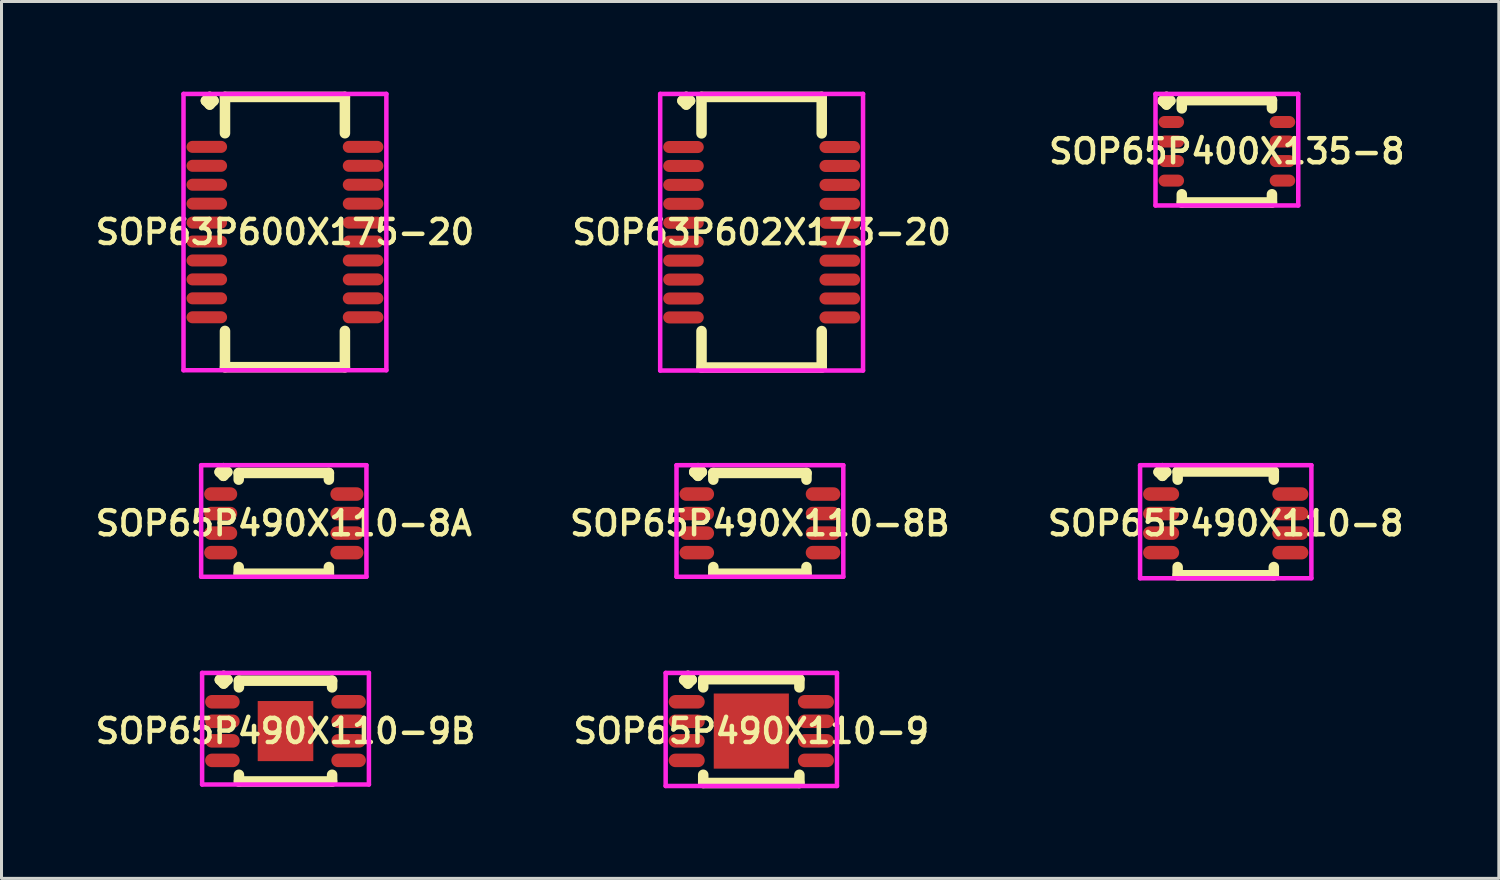
<source format=kicad_pcb>
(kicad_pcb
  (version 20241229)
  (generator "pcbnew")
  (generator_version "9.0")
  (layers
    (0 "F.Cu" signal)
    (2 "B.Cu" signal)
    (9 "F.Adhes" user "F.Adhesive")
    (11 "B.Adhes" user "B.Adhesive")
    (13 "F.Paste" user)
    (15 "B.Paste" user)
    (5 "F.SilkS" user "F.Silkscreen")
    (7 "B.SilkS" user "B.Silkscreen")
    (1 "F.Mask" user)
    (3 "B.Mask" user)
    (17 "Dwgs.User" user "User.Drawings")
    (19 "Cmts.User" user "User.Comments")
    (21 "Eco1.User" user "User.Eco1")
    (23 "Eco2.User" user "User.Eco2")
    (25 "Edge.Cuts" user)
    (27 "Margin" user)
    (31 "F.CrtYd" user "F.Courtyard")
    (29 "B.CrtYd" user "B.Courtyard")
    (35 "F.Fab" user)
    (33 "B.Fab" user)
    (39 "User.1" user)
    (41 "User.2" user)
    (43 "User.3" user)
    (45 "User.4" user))
  (footprint "SOP65P490X110-8A"
    (layer "F.Cu")
    (at 6.393 14.364)
    (property "Reference" "SOP65P490X110-8A" (at 0 0 0) (layer "F.SilkS") (effects (font (size 0.8 0.8) (thickness 0.15))))
    (attr smd)
    (fp_line (start -2.135 -1.708) (end -2.008 -1.835) (stroke (width 0.35) (type solid)) (layer "F.SilkS"))
    (fp_line (start -2.008 -1.835) (end -1.881 -1.708) (stroke (width 0.35) (type solid)) (layer "F.SilkS"))
    (fp_line (start -2.008 -1.581) (end -2.135 -1.708) (stroke (width 0.35) (type solid)) (layer "F.SilkS"))
    (fp_line (start -1.881 -1.708) (end -2.008 -1.581) (stroke (width 0.35) (type solid)) (layer "F.SilkS"))
    (fp_line (start -1.5 -1.677) (end 1.5 -1.677) (stroke (width 0.35) (type solid)) (layer "F.SilkS"))
    (fp_line (start -1.5 -1.454) (end -1.5 -1.677) (stroke (width 0.35) (type solid)) (layer "F.SilkS"))
    (fp_line (start -1.5 1.454) (end -1.5 1.677) (stroke (width 0.35) (type solid)) (layer "F.SilkS"))
    (fp_line (start -1.5 1.677) (end 1.5 1.677) (stroke (width 0.35) (type solid)) (layer "F.SilkS"))
    (fp_line (start 1.5 -1.677) (end 1.5 -1.454) (stroke (width 0.35) (type solid)) (layer "F.SilkS"))
    (fp_line (start 1.5 1.677) (end 1.5 1.454) (stroke (width 0.35) (type solid)) (layer "F.SilkS"))
    (fp_line (start -2.75 -1.935) (end 2.75 -1.935) (stroke (width 0.15) (type solid)) (layer "F.CrtYd"))
    (fp_line (start -2.75 1.777) (end -2.75 -1.935) (stroke (width 0.15) (type solid)) (layer "F.CrtYd"))
    (fp_line (start 2.75 -1.935) (end 2.75 1.777) (stroke (width 0.15) (type solid)) (layer "F.CrtYd"))
    (fp_line (start 2.75 1.777) (end -2.75 1.777) (stroke (width 0.15) (type solid)) (layer "F.CrtYd"))
    (pad "1" smd oval (at -2.1 -0.975) (size 1.1 0.45) (layers "F.Cu" "F.Mask" "F.Paste"))
    (pad "2" smd oval (at -2.1 -0.325) (size 1.1 0.45) (layers "F.Cu" "F.Mask" "F.Paste"))
    (pad "3" smd oval (at -2.1 0.325) (size 1.1 0.45) (layers "F.Cu" "F.Mask" "F.Paste"))
    (pad "4" smd oval (at -2.1 0.975) (size 1.1 0.45) (layers "F.Cu" "F.Mask" "F.Paste"))
    (pad "5" smd oval (at 2.1 0.975) (size 1.1 0.45) (layers "F.Cu" "F.Mask" "F.Paste"))
    (pad "6" smd oval (at 2.1 0.325) (size 1.1 0.45) (layers "F.Cu" "F.Mask" "F.Paste"))
    (pad "7" smd oval (at 2.1 -0.325) (size 1.1 0.45) (layers "F.Cu" "F.Mask" "F.Paste"))
    (pad "8" smd oval (at 2.1 -0.975) (size 1.1 0.45) (layers "F.Cu" "F.Mask" "F.Paste")))
  (footprint "SOP65P400X135-8"
    (layer "F.Cu")
    (at 37.773 1.985)
    (property "Reference" "SOP65P400X135-8" (at 0 0 0) (layer "F.SilkS") (effects (font (size 0.8 0.8) (thickness 0.15))))
    (attr smd)
    (fp_line (start -2.135 -1.683) (end -2.008 -1.81) (stroke (width 0.35) (type solid)) (layer "F.SilkS"))
    (fp_line (start -2.008 -1.81) (end -1.881 -1.683) (stroke (width 0.35) (type solid)) (layer "F.SilkS"))
    (fp_line (start -2.008 -1.556) (end -2.135 -1.683) (stroke (width 0.35) (type solid)) (layer "F.SilkS"))
    (fp_line (start -1.881 -1.683) (end -2.008 -1.556) (stroke (width 0.35) (type solid)) (layer "F.SilkS"))
    (fp_line (start -1.5 -1.702) (end 1.5 -1.702) (stroke (width 0.35) (type solid)) (layer "F.SilkS"))
    (fp_line (start -1.5 -1.429) (end -1.5 -1.702) (stroke (width 0.35) (type solid)) (layer "F.SilkS"))
    (fp_line (start -1.5 1.429) (end -1.5 1.702) (stroke (width 0.35) (type solid)) (layer "F.SilkS"))
    (fp_line (start -1.5 1.702) (end 1.5 1.702) (stroke (width 0.35) (type solid)) (layer "F.SilkS"))
    (fp_line (start 1.5 -1.702) (end 1.5 -1.429) (stroke (width 0.35) (type solid)) (layer "F.SilkS"))
    (fp_line (start 1.5 1.702) (end 1.5 1.429) (stroke (width 0.35) (type solid)) (layer "F.SilkS"))
    (fp_line (start -2.375 -1.91) (end 2.375 -1.91) (stroke (width 0.15) (type solid)) (layer "F.CrtYd"))
    (fp_line (start -2.375 1.802) (end -2.375 -1.91) (stroke (width 0.15) (type solid)) (layer "F.CrtYd"))
    (fp_line (start 2.375 -1.91) (end 2.375 1.802) (stroke (width 0.15) (type solid)) (layer "F.CrtYd"))
    (fp_line (start 2.375 1.802) (end -2.375 1.802) (stroke (width 0.15) (type solid)) (layer "F.CrtYd"))
    (pad "1" smd oval (at -1.85 -0.975) (size 0.85 0.4) (layers "F.Cu" "F.Mask" "F.Paste"))
    (pad "2" smd oval (at -1.85 -0.325) (size 0.85 0.4) (layers "F.Cu" "F.Mask" "F.Paste"))
    (pad "3" smd oval (at -1.85 0.325) (size 0.85 0.4) (layers "F.Cu" "F.Mask" "F.Paste"))
    (pad "4" smd oval (at -1.85 0.975) (size 0.85 0.4) (layers "F.Cu" "F.Mask" "F.Paste"))
    (pad "5" smd oval (at 1.85 0.975) (size 0.85 0.4) (layers "F.Cu" "F.Mask" "F.Paste"))
    (pad "6" smd oval (at 1.85 0.325) (size 0.85 0.4) (layers "F.Cu" "F.Mask" "F.Paste"))
    (pad "7" smd oval (at 1.85 -0.325) (size 0.85 0.4) (layers "F.Cu" "F.Mask" "F.Paste"))
    (pad "8" smd oval (at 1.85 -0.975) (size 0.85 0.4) (layers "F.Cu" "F.Mask" "F.Paste")))
  (footprint "SOP65P490X110-8B"
    (layer "F.Cu")
    (at 22.235 14.364)
    (property "Reference" "SOP65P490X110-8B" (at 0 0 0) (layer "F.SilkS") (effects (font (size 0.8 0.8) (thickness 0.15))))
    (attr through_hole)
    (fp_line (start -2.185 -1.708) (end -2.058 -1.835) (stroke (width 0.35) (type solid)) (layer "F.SilkS"))
    (fp_line (start -2.058 -1.835) (end -1.931 -1.708) (stroke (width 0.35) (type solid)) (layer "F.SilkS"))
    (fp_line (start -2.058 -1.581) (end -2.185 -1.708) (stroke (width 0.35) (type solid)) (layer "F.SilkS"))
    (fp_line (start -1.931 -1.708) (end -2.058 -1.581) (stroke (width 0.35) (type solid)) (layer "F.SilkS"))
    (fp_line (start -1.55 -1.677) (end 1.55 -1.677) (stroke (width 0.35) (type solid)) (layer "F.SilkS"))
    (fp_line (start -1.55 -1.454) (end -1.55 -1.677) (stroke (width 0.35) (type solid)) (layer "F.SilkS"))
    (fp_line (start -1.55 1.454) (end -1.55 1.677) (stroke (width 0.35) (type solid)) (layer "F.SilkS"))
    (fp_line (start -1.55 1.677) (end 1.55 1.677) (stroke (width 0.35) (type solid)) (layer "F.SilkS"))
    (fp_line (start 1.55 -1.677) (end 1.55 -1.454) (stroke (width 0.35) (type solid)) (layer "F.SilkS"))
    (fp_line (start 1.55 1.677) (end 1.55 1.454) (stroke (width 0.35) (type solid)) (layer "F.SilkS"))
    (fp_line (start -2.775 -1.935) (end 2.775 -1.935) (stroke (width 0.15) (type solid)) (layer "F.CrtYd"))
    (fp_line (start -2.775 1.777) (end -2.775 -1.935) (stroke (width 0.15) (type solid)) (layer "F.CrtYd"))
    (fp_line (start 2.775 -1.935) (end 2.775 1.777) (stroke (width 0.15) (type solid)) (layer "F.CrtYd"))
    (fp_line (start 2.775 1.777) (end -2.775 1.777) (stroke (width 0.15) (type solid)) (layer "F.CrtYd"))
    (pad "1" smd oval (at -2.1 -0.975) (size 1.15 0.45) (layers "F.Cu" "F.Mask" "F.Paste"))
    (pad "2" smd oval (at -2.1 -0.325) (size 1.15 0.45) (layers "F.Cu" "F.Mask" "F.Paste"))
    (pad "3" smd oval (at -2.1 0.325) (size 1.15 0.45) (layers "F.Cu" "F.Mask" "F.Paste"))
    (pad "4" smd oval (at -2.1 0.975) (size 1.15 0.45) (layers "F.Cu" "F.Mask" "F.Paste"))
    (pad "5" smd oval (at 2.1 0.975) (size 1.15 0.45) (layers "F.Cu" "F.Mask" "F.Paste"))
    (pad "6" smd oval (at 2.1 0.325) (size 1.15 0.45) (layers "F.Cu" "F.Mask" "F.Paste"))
    (pad "7" smd oval (at 2.1 -0.325) (size 1.15 0.45) (layers "F.Cu" "F.Mask" "F.Paste"))
    (pad "8" smd oval (at 2.1 -0.975) (size 1.15 0.45) (layers "F.Cu" "F.Mask" "F.Paste")))
  (footprint "SOP65P490X110-9B"
    (layer "F.Cu")
    (at 6.45 21.276)
    (property "Reference" "SOP65P490X110-9B" (at 0 0 0) (layer "F.SilkS") (effects (font (size 0.8 0.8) (thickness 0.15))))
    (attr smd)
    (fp_line (start -2.185 -1.708) (end -2.058 -1.835) (stroke (width 0.35) (type solid)) (layer "F.SilkS"))
    (fp_line (start -2.058 -1.835) (end -1.931 -1.708) (stroke (width 0.35) (type solid)) (layer "F.SilkS"))
    (fp_line (start -2.058 -1.581) (end -2.185 -1.708) (stroke (width 0.35) (type solid)) (layer "F.SilkS"))
    (fp_line (start -1.931 -1.708) (end -2.058 -1.581) (stroke (width 0.35) (type solid)) (layer "F.SilkS"))
    (fp_line (start -1.55 -1.677) (end 1.55 -1.677) (stroke (width 0.35) (type solid)) (layer "F.SilkS"))
    (fp_line (start -1.55 -1.454) (end -1.55 -1.677) (stroke (width 0.35) (type solid)) (layer "F.SilkS"))
    (fp_line (start -1.55 1.454) (end -1.55 1.677) (stroke (width 0.35) (type solid)) (layer "F.SilkS"))
    (fp_line (start -1.55 1.677) (end 1.55 1.677) (stroke (width 0.35) (type solid)) (layer "F.SilkS"))
    (fp_line (start 1.55 -1.677) (end 1.55 -1.454) (stroke (width 0.35) (type solid)) (layer "F.SilkS"))
    (fp_line (start 1.55 1.677) (end 1.55 1.454) (stroke (width 0.35) (type solid)) (layer "F.SilkS"))
    (fp_line (start -2.775 -1.935) (end 2.775 -1.935) (stroke (width 0.15) (type solid)) (layer "F.CrtYd"))
    (fp_line (start -2.775 1.777) (end -2.775 -1.935) (stroke (width 0.15) (type solid)) (layer "F.CrtYd"))
    (fp_line (start 2.775 -1.935) (end 2.775 1.777) (stroke (width 0.15) (type solid)) (layer "F.CrtYd"))
    (fp_line (start 2.775 1.777) (end -2.775 1.777) (stroke (width 0.15) (type solid)) (layer "F.CrtYd"))
    (pad "1" smd oval (at -2.1 -0.975) (size 1.15 0.45) (layers "F.Cu" "F.Mask" "F.Paste"))
    (pad "2" smd oval (at -2.1 -0.325) (size 1.15 0.45) (layers "F.Cu" "F.Mask" "F.Paste"))
    (pad "3" smd oval (at -2.1 0.325) (size 1.15 0.45) (layers "F.Cu" "F.Mask" "F.Paste"))
    (pad "4" smd oval (at -2.1 0.975) (size 1.15 0.45) (layers "F.Cu" "F.Mask" "F.Paste"))
    (pad "5" smd oval (at 2.1 0.975) (size 1.15 0.45) (layers "F.Cu" "F.Mask" "F.Paste"))
    (pad "6" smd oval (at 2.1 0.325) (size 1.15 0.45) (layers "F.Cu" "F.Mask" "F.Paste"))
    (pad "7" smd oval (at 2.1 -0.325) (size 1.15 0.45) (layers "F.Cu" "F.Mask" "F.Paste"))
    (pad "8" smd oval (at 2.1 -0.975) (size 1.15 0.45) (layers "F.Cu" "F.Mask" "F.Paste"))
    (pad "9" smd rect (at 0 0) (size 1.85 2) (layers "F.Cu" "F.Mask" "F.Paste")))
  (footprint "SOP63P600X175-20"
    (layer "F.Cu")
    (at 6.431 4.672)
    (property "Reference" "SOP63P600X175-20" (at 0 0 0) (layer "F.SilkS") (effects (font (size 0.8 0.8) (thickness 0.15))))
    (attr smd)
    (fp_line (start -2.63 -4.37) (end -2.503 -4.497) (stroke (width 0.35) (type solid)) (layer "F.SilkS"))
    (fp_line (start -2.503 -4.497) (end -2.376 -4.37) (stroke (width 0.35) (type solid)) (layer "F.SilkS"))
    (fp_line (start -2.503 -4.243) (end -2.63 -4.37) (stroke (width 0.35) (type solid)) (layer "F.SilkS"))
    (fp_line (start -2.376 -4.37) (end -2.503 -4.243) (stroke (width 0.35) (type solid)) (layer "F.SilkS"))
    (fp_line (start -1.995 -4.497) (end 1.995 -4.497) (stroke (width 0.35) (type solid)) (layer "F.SilkS"))
    (fp_line (start -1.995 -3.289) (end -1.995 -4.497) (stroke (width 0.35) (type solid)) (layer "F.SilkS"))
    (fp_line (start -1.995 3.289) (end -1.995 4.497) (stroke (width 0.35) (type solid)) (layer "F.SilkS"))
    (fp_line (start -1.995 4.497) (end 1.995 4.497) (stroke (width 0.35) (type solid)) (layer "F.SilkS"))
    (fp_line (start 1.995 -4.497) (end 1.995 -3.289) (stroke (width 0.35) (type solid)) (layer "F.SilkS"))
    (fp_line (start 1.995 4.497) (end 1.995 3.289) (stroke (width 0.35) (type solid)) (layer "F.SilkS"))
    (fp_line (start -3.375 -4.597) (end 3.375 -4.597) (stroke (width 0.15) (type solid)) (layer "F.CrtYd"))
    (fp_line (start -3.375 4.597) (end -3.375 -4.597) (stroke (width 0.15) (type solid)) (layer "F.CrtYd"))
    (fp_line (start 3.375 -4.597) (end 3.375 4.597) (stroke (width 0.15) (type solid)) (layer "F.CrtYd"))
    (fp_line (start 3.375 4.597) (end -3.375 4.597) (stroke (width 0.15) (type solid)) (layer "F.CrtYd"))
    (pad "1" smd oval (at -2.6 -2.835) (size 1.35 0.4) (layers "F.Cu" "F.Mask" "F.Paste"))
    (pad "2" smd oval (at -2.6 -2.205) (size 1.35 0.4) (layers "F.Cu" "F.Mask" "F.Paste"))
    (pad "3" smd oval (at -2.6 -1.575) (size 1.35 0.4) (layers "F.Cu" "F.Mask" "F.Paste"))
    (pad "4" smd oval (at -2.6 -0.945) (size 1.35 0.4) (layers "F.Cu" "F.Mask" "F.Paste"))
    (pad "5" smd oval (at -2.6 -0.315) (size 1.35 0.4) (layers "F.Cu" "F.Mask" "F.Paste"))
    (pad "6" smd oval (at -2.6 0.315) (size 1.35 0.4) (layers "F.Cu" "F.Mask" "F.Paste"))
    (pad "7" smd oval (at -2.6 0.945) (size 1.35 0.4) (layers "F.Cu" "F.Mask" "F.Paste"))
    (pad "8" smd oval (at -2.6 1.575) (size 1.35 0.4) (layers "F.Cu" "F.Mask" "F.Paste"))
    (pad "9" smd oval (at -2.6 2.205) (size 1.35 0.4) (layers "F.Cu" "F.Mask" "F.Paste"))
    (pad "10" smd oval (at -2.6 2.835) (size 1.35 0.4) (layers "F.Cu" "F.Mask" "F.Paste"))
    (pad "11" smd oval (at 2.6 2.835) (size 1.35 0.4) (layers "F.Cu" "F.Mask" "F.Paste"))
    (pad "12" smd oval (at 2.6 2.205) (size 1.35 0.4) (layers "F.Cu" "F.Mask" "F.Paste"))
    (pad "13" smd oval (at 2.6 1.575) (size 1.35 0.4) (layers "F.Cu" "F.Mask" "F.Paste"))
    (pad "14" smd oval (at 2.6 0.945) (size 1.35 0.4) (layers "F.Cu" "F.Mask" "F.Paste"))
    (pad "15" smd oval (at 2.6 0.315) (size 1.35 0.4) (layers "F.Cu" "F.Mask" "F.Paste"))
    (pad "16" smd oval (at 2.6 -0.315) (size 1.35 0.4) (layers "F.Cu" "F.Mask" "F.Paste"))
    (pad "17" smd oval (at 2.6 -0.945) (size 1.35 0.4) (layers "F.Cu" "F.Mask" "F.Paste"))
    (pad "18" smd oval (at 2.6 -1.575) (size 1.35 0.4) (layers "F.Cu" "F.Mask" "F.Paste"))
    (pad "19" smd oval (at 2.6 -2.205) (size 1.35 0.4) (layers "F.Cu" "F.Mask" "F.Paste"))
    (pad "20" smd oval (at 2.6 -2.835) (size 1.35 0.4) (layers "F.Cu" "F.Mask" "F.Paste")))
  (footprint "SOP65P490X110-9"
    (layer "F.Cu")
    (at 21.949 21.276)
    (property "Reference" "SOP65P490X110-9" (at 0 0 0) (layer "F.SilkS") (effects (font (size 0.8 0.8) (thickness 0.15))))
    (attr smd)
    (fp_line (start -2.235 -1.708) (end -2.108 -1.835) (stroke (width 0.35) (type solid)) (layer "F.SilkS"))
    (fp_line (start -2.108 -1.835) (end -1.981 -1.708) (stroke (width 0.35) (type solid)) (layer "F.SilkS"))
    (fp_line (start -2.108 -1.581) (end -2.235 -1.708) (stroke (width 0.35) (type solid)) (layer "F.SilkS"))
    (fp_line (start -1.981 -1.708) (end -2.108 -1.581) (stroke (width 0.35) (type solid)) (layer "F.SilkS"))
    (fp_line (start -1.6 -1.727) (end 1.6 -1.727) (stroke (width 0.35) (type solid)) (layer "F.SilkS"))
    (fp_line (start -1.6 -1.454) (end -1.6 -1.727) (stroke (width 0.35) (type solid)) (layer "F.SilkS"))
    (fp_line (start -1.6 1.454) (end -1.6 1.727) (stroke (width 0.35) (type solid)) (layer "F.SilkS"))
    (fp_line (start -1.6 1.727) (end 1.6 1.727) (stroke (width 0.35) (type solid)) (layer "F.SilkS"))
    (fp_line (start 1.6 -1.727) (end 1.6 -1.454) (stroke (width 0.35) (type solid)) (layer "F.SilkS"))
    (fp_line (start 1.6 1.727) (end 1.6 1.454) (stroke (width 0.35) (type solid)) (layer "F.SilkS"))
    (fp_line (start -2.85 -1.935) (end 2.85 -1.935) (stroke (width 0.15) (type solid)) (layer "F.CrtYd"))
    (fp_line (start -2.85 1.827) (end -2.85 -1.935) (stroke (width 0.15) (type solid)) (layer "F.CrtYd"))
    (fp_line (start 2.85 -1.935) (end 2.85 1.827) (stroke (width 0.15) (type solid)) (layer "F.CrtYd"))
    (fp_line (start 2.85 1.827) (end -2.85 1.827) (stroke (width 0.15) (type solid)) (layer "F.CrtYd"))
    (pad "1" smd oval (at -2.15 -0.975) (size 1.2 0.45) (layers "F.Cu" "F.Mask" "F.Paste"))
    (pad "2" smd oval (at -2.15 -0.325) (size 1.2 0.45) (layers "F.Cu" "F.Mask" "F.Paste"))
    (pad "3" smd oval (at -2.15 0.325) (size 1.2 0.45) (layers "F.Cu" "F.Mask" "F.Paste"))
    (pad "4" smd oval (at -2.15 0.975) (size 1.2 0.45) (layers "F.Cu" "F.Mask" "F.Paste"))
    (pad "5" smd oval (at 2.15 0.975) (size 1.2 0.45) (layers "F.Cu" "F.Mask" "F.Paste"))
    (pad "6" smd oval (at 2.15 0.325) (size 1.2 0.45) (layers "F.Cu" "F.Mask" "F.Paste"))
    (pad "7" smd oval (at 2.15 -0.325) (size 1.2 0.45) (layers "F.Cu" "F.Mask" "F.Paste"))
    (pad "8" smd oval (at 2.15 -0.975) (size 1.2 0.45) (layers "F.Cu" "F.Mask" "F.Paste"))
    (pad "9" smd rect (at 0 0) (size 2.5 2.5) (layers "F.Cu" "F.Mask" "F.Paste")))
  (footprint "SOP65P490X110-8"
    (layer "F.Cu")
    (at 37.735 14.364)
    (property "Reference" "SOP65P490X110-8" (at 0 0 0) (layer "F.SilkS") (effects (font (size 0.8 0.8) (thickness 0.15))))
    (attr smd)
    (fp_line (start -2.235 -1.708) (end -2.108 -1.835) (stroke (width 0.35) (type solid)) (layer "F.SilkS"))
    (fp_line (start -2.108 -1.835) (end -1.981 -1.708) (stroke (width 0.35) (type solid)) (layer "F.SilkS"))
    (fp_line (start -2.108 -1.581) (end -2.235 -1.708) (stroke (width 0.35) (type solid)) (layer "F.SilkS"))
    (fp_line (start -1.981 -1.708) (end -2.108 -1.581) (stroke (width 0.35) (type solid)) (layer "F.SilkS"))
    (fp_line (start -1.6 -1.727) (end 1.6 -1.727) (stroke (width 0.35) (type solid)) (layer "F.SilkS"))
    (fp_line (start -1.6 -1.454) (end -1.6 -1.727) (stroke (width 0.35) (type solid)) (layer "F.SilkS"))
    (fp_line (start -1.6 1.454) (end -1.6 1.727) (stroke (width 0.35) (type solid)) (layer "F.SilkS"))
    (fp_line (start -1.6 1.727) (end 1.6 1.727) (stroke (width 0.35) (type solid)) (layer "F.SilkS"))
    (fp_line (start 1.6 -1.727) (end 1.6 -1.454) (stroke (width 0.35) (type solid)) (layer "F.SilkS"))
    (fp_line (start 1.6 1.727) (end 1.6 1.454) (stroke (width 0.35) (type solid)) (layer "F.SilkS"))
    (fp_line (start -2.85 -1.935) (end 2.85 -1.935) (stroke (width 0.15) (type solid)) (layer "F.CrtYd"))
    (fp_line (start -2.85 1.827) (end -2.85 -1.935) (stroke (width 0.15) (type solid)) (layer "F.CrtYd"))
    (fp_line (start 2.85 -1.935) (end 2.85 1.827) (stroke (width 0.15) (type solid)) (layer "F.CrtYd"))
    (fp_line (start 2.85 1.827) (end -2.85 1.827) (stroke (width 0.15) (type solid)) (layer "F.CrtYd"))
    (pad "1" smd oval (at -2.15 -0.975) (size 1.2 0.45) (layers "F.Cu" "F.Mask" "F.Paste"))
    (pad "2" smd oval (at -2.15 -0.325) (size 1.2 0.45) (layers "F.Cu" "F.Mask" "F.Paste"))
    (pad "3" smd oval (at -2.15 0.325) (size 1.2 0.45) (layers "F.Cu" "F.Mask" "F.Paste"))
    (pad "4" smd oval (at -2.15 0.975) (size 1.2 0.45) (layers "F.Cu" "F.Mask" "F.Paste"))
    (pad "5" smd oval (at 2.15 0.975) (size 1.2 0.45) (layers "F.Cu" "F.Mask" "F.Paste"))
    (pad "6" smd oval (at 2.15 0.325) (size 1.2 0.45) (layers "F.Cu" "F.Mask" "F.Paste"))
    (pad "7" smd oval (at 2.15 -0.325) (size 1.2 0.45) (layers "F.Cu" "F.Mask" "F.Paste"))
    (pad "8" smd oval (at 2.15 -0.975) (size 1.2 0.45) (layers "F.Cu" "F.Mask" "F.Paste")))
  (footprint "SOP63P602X173-20"
    (layer "F.Cu")
    (at 22.292 4.677)
    (property "Reference" "SOP63P602X173-20" (at 0 0 0) (layer "F.SilkS") (effects (font (size 0.8 0.8) (thickness 0.15))))
    (attr through_hole)
    (fp_line (start -2.635 -4.375) (end -2.508 -4.502) (stroke (width 0.35) (type solid)) (layer "F.SilkS"))
    (fp_line (start -2.508 -4.502) (end -2.381 -4.375) (stroke (width 0.35) (type solid)) (layer "F.SilkS"))
    (fp_line (start -2.508 -4.248) (end -2.635 -4.375) (stroke (width 0.35) (type solid)) (layer "F.SilkS"))
    (fp_line (start -2.381 -4.375) (end -2.508 -4.248) (stroke (width 0.35) (type solid)) (layer "F.SilkS"))
    (fp_line (start -2 -4.502) (end 2 -4.502) (stroke (width 0.35) (type solid)) (layer "F.SilkS"))
    (fp_line (start -2 -3.289) (end -2 -4.502) (stroke (width 0.35) (type solid)) (layer "F.SilkS"))
    (fp_line (start -2 3.289) (end -2 4.502) (stroke (width 0.35) (type solid)) (layer "F.SilkS"))
    (fp_line (start -2 4.502) (end 2 4.502) (stroke (width 0.35) (type solid)) (layer "F.SilkS"))
    (fp_line (start 2 -4.502) (end 2 -3.289) (stroke (width 0.35) (type solid)) (layer "F.SilkS"))
    (fp_line (start 2 4.502) (end 2 3.289) (stroke (width 0.35) (type solid)) (layer "F.SilkS"))
    (fp_line (start -3.375 -4.602) (end 3.375 -4.602) (stroke (width 0.15) (type solid)) (layer "F.CrtYd"))
    (fp_line (start -3.375 4.602) (end -3.375 -4.602) (stroke (width 0.15) (type solid)) (layer "F.CrtYd"))
    (fp_line (start 3.375 -4.602) (end 3.375 4.602) (stroke (width 0.15) (type solid)) (layer "F.CrtYd"))
    (fp_line (start 3.375 4.602) (end -3.375 4.602) (stroke (width 0.15) (type solid)) (layer "F.CrtYd"))
    (pad "1" smd oval (at -2.6 -2.835) (size 1.35 0.4) (layers "F.Cu" "F.Mask" "F.Paste"))
    (pad "2" smd oval (at -2.6 -2.205) (size 1.35 0.4) (layers "F.Cu" "F.Mask" "F.Paste"))
    (pad "3" smd oval (at -2.6 -1.575) (size 1.35 0.4) (layers "F.Cu" "F.Mask" "F.Paste"))
    (pad "4" smd oval (at -2.6 -0.945) (size 1.35 0.4) (layers "F.Cu" "F.Mask" "F.Paste"))
    (pad "5" smd oval (at -2.6 -0.315) (size 1.35 0.4) (layers "F.Cu" "F.Mask" "F.Paste"))
    (pad "6" smd oval (at -2.6 0.315) (size 1.35 0.4) (layers "F.Cu" "F.Mask" "F.Paste"))
    (pad "7" smd oval (at -2.6 0.945) (size 1.35 0.4) (layers "F.Cu" "F.Mask" "F.Paste"))
    (pad "8" smd oval (at -2.6 1.575) (size 1.35 0.4) (layers "F.Cu" "F.Mask" "F.Paste"))
    (pad "9" smd oval (at -2.6 2.205) (size 1.35 0.4) (layers "F.Cu" "F.Mask" "F.Paste"))
    (pad "10" smd oval (at -2.6 2.835) (size 1.35 0.4) (layers "F.Cu" "F.Mask" "F.Paste"))
    (pad "11" smd oval (at 2.6 2.835) (size 1.35 0.4) (layers "F.Cu" "F.Mask" "F.Paste"))
    (pad "12" smd oval (at 2.6 2.205) (size 1.35 0.4) (layers "F.Cu" "F.Mask" "F.Paste"))
    (pad "13" smd oval (at 2.6 1.575) (size 1.35 0.4) (layers "F.Cu" "F.Mask" "F.Paste"))
    (pad "14" smd oval (at 2.6 0.945) (size 1.35 0.4) (layers "F.Cu" "F.Mask" "F.Paste"))
    (pad "15" smd oval (at 2.6 0.315) (size 1.35 0.4) (layers "F.Cu" "F.Mask" "F.Paste"))
    (pad "16" smd oval (at 2.6 -0.315) (size 1.35 0.4) (layers "F.Cu" "F.Mask" "F.Paste"))
    (pad "17" smd oval (at 2.6 -0.945) (size 1.35 0.4) (layers "F.Cu" "F.Mask" "F.Paste"))
    (pad "18" smd oval (at 2.6 -1.575) (size 1.35 0.4) (layers "F.Cu" "F.Mask" "F.Paste"))
    (pad "19" smd oval (at 2.6 -2.205) (size 1.35 0.4) (layers "F.Cu" "F.Mask" "F.Paste"))
    (pad "20" smd oval (at 2.6 -2.835) (size 1.35 0.4) (layers "F.Cu" "F.Mask" "F.Paste")))
  (gr_rect
    (start -3 -3)
    (end 46.822 26.178)
    (stroke (width 0.1) (type default))
    (fill no)
    (layer "Edge.Cuts")))
</source>
